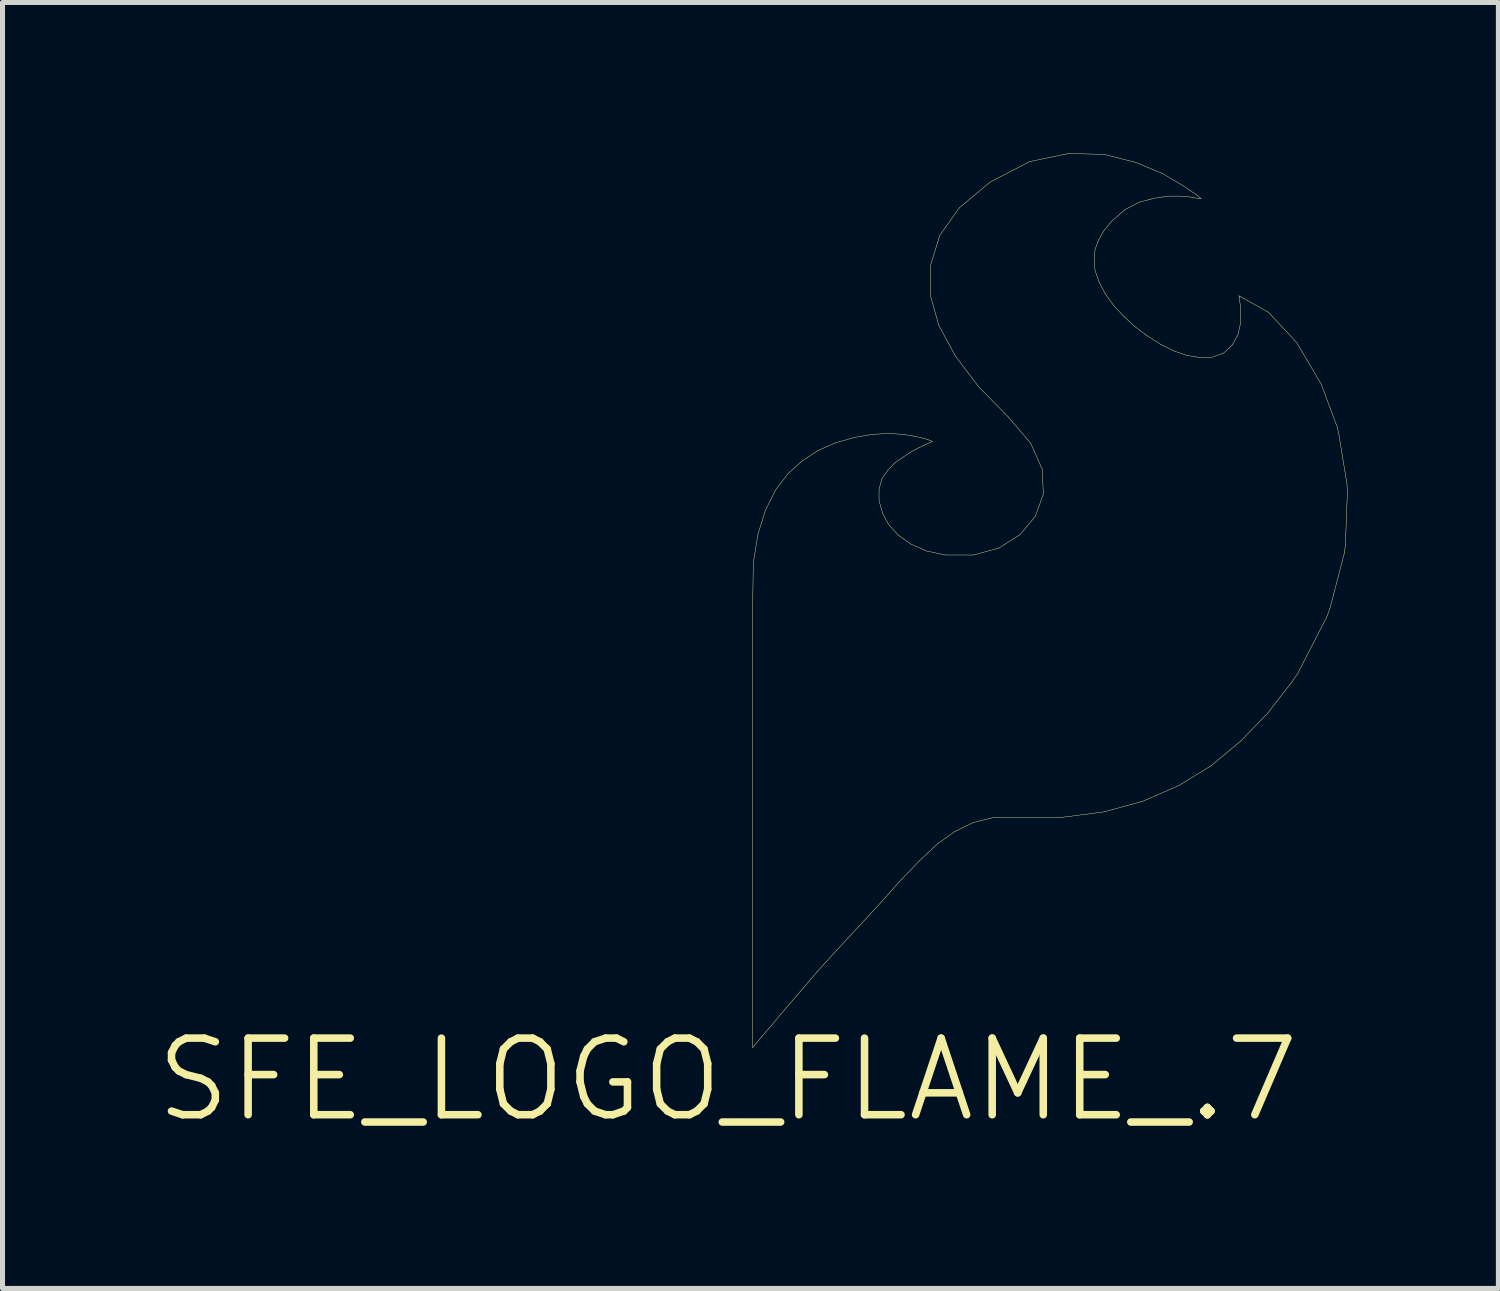
<source format=kicad_pcb>
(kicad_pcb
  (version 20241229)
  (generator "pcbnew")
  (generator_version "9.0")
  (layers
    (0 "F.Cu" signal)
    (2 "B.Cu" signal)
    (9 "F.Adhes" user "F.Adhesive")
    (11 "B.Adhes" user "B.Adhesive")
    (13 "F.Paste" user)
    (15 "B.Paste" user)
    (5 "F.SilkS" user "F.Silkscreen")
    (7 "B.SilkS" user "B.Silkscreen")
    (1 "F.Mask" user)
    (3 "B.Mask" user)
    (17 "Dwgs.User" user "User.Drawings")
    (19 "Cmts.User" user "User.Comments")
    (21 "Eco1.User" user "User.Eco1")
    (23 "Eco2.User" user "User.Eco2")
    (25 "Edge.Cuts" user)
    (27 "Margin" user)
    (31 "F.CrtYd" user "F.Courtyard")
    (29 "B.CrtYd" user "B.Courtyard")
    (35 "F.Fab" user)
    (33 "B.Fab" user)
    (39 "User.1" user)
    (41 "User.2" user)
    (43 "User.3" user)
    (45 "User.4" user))
  (footprint "SFE_LOGO_FLAME_.7"
    (layer "F.Cu")
    (at 11.43 18.432)
    (property "Reference" "SFE_LOGO_FLAME_.7" (at 0 0 0) (layer "F.SilkS") (effects (font (size 1.524 1.524) (thickness 0.15))))
    (attr exclude_from_pos_files exclude_from_bom)
    (fp_line (start 0.498 -9.609) (end 0.498 -0.638) (stroke (width 0.008) (type solid)) (layer "F.SilkS"))
    (fp_line (start 0.498 -0.638) (end 0.538 -0.688) (stroke (width 0.008) (type solid)) (layer "F.SilkS"))
    (fp_line (start 0.508 -10.279) (end 0.498 -9.609) (stroke (width 0.008) (type solid)) (layer "F.SilkS"))
    (fp_line (start 0.538 -0.688) (end 0.668 -0.848) (stroke (width 0.008) (type solid)) (layer "F.SilkS"))
    (fp_line (start 0.599 -10.848) (end 0.508 -10.279) (stroke (width 0.008) (type solid)) (layer "F.SilkS"))
    (fp_line (start 0.668 -0.848) (end 0.869 -1.079) (stroke (width 0.008) (type solid)) (layer "F.SilkS"))
    (fp_line (start 0.749 -11.328) (end 0.599 -10.848) (stroke (width 0.008) (type solid)) (layer "F.SilkS"))
    (fp_line (start 0.869 -1.079) (end 1.128 -1.389) (stroke (width 0.008) (type solid)) (layer "F.SilkS"))
    (fp_line (start 0.95 -11.73) (end 0.749 -11.328) (stroke (width 0.008) (type solid)) (layer "F.SilkS"))
    (fp_line (start 1.128 -1.389) (end 1.438 -1.748) (stroke (width 0.008) (type solid)) (layer "F.SilkS"))
    (fp_line (start 1.199 -12.06) (end 0.95 -11.73) (stroke (width 0.008) (type solid)) (layer "F.SilkS"))
    (fp_line (start 1.438 -1.748) (end 1.788 -2.159) (stroke (width 0.008) (type solid)) (layer "F.SilkS"))
    (fp_line (start 1.478 -12.309) (end 1.199 -12.06) (stroke (width 0.008) (type solid)) (layer "F.SilkS"))
    (fp_line (start 1.788 -2.159) (end 2.179 -2.588) (stroke (width 0.008) (type solid)) (layer "F.SilkS"))
    (fp_line (start 1.798 -12.52) (end 1.478 -12.309) (stroke (width 0.008) (type solid)) (layer "F.SilkS"))
    (fp_line (start 2.139 -12.67) (end 1.798 -12.52) (stroke (width 0.008) (type solid)) (layer "F.SilkS"))
    (fp_line (start 2.179 -2.588) (end 2.598 -3.038) (stroke (width 0.008) (type solid)) (layer "F.SilkS"))
    (fp_line (start 2.52 -12.779) (end 2.139 -12.67) (stroke (width 0.008) (type solid)) (layer "F.SilkS"))
    (fp_line (start 2.598 -3.038) (end 3.048 -3.528) (stroke (width 0.008) (type solid)) (layer "F.SilkS"))
    (fp_line (start 2.878 -12.84) (end 2.52 -12.779) (stroke (width 0.008) (type solid)) (layer "F.SilkS"))
    (fp_line (start 3.01 -11.748) (end 3.068 -11.958) (stroke (width 0.008) (type solid)) (layer "F.SilkS"))
    (fp_line (start 3.01 -11.519) (end 3.01 -11.748) (stroke (width 0.008) (type solid)) (layer "F.SilkS"))
    (fp_line (start 3.048 -3.528) (end 3.449 -3.978) (stroke (width 0.008) (type solid)) (layer "F.SilkS"))
    (fp_line (start 3.068 -11.958) (end 3.178 -12.118) (stroke (width 0.008) (type solid)) (layer "F.SilkS"))
    (fp_line (start 3.078 -11.278) (end 3.01 -11.519) (stroke (width 0.008) (type solid)) (layer "F.SilkS"))
    (fp_line (start 3.178 -12.118) (end 3.32 -12.268) (stroke (width 0.008) (type solid)) (layer "F.SilkS"))
    (fp_line (start 3.198 -11.049) (end 3.078 -11.278) (stroke (width 0.008) (type solid)) (layer "F.SilkS"))
    (fp_line (start 3.208 -12.857) (end 2.878 -12.84) (stroke (width 0.008) (type solid)) (layer "F.SilkS"))
    (fp_line (start 3.32 -12.268) (end 3.49 -12.388) (stroke (width 0.008) (type solid)) (layer "F.SilkS"))
    (fp_line (start 3.388 -10.838) (end 3.198 -11.049) (stroke (width 0.008) (type solid)) (layer "F.SilkS"))
    (fp_line (start 3.449 -3.978) (end 3.818 -4.359) (stroke (width 0.008) (type solid)) (layer "F.SilkS"))
    (fp_line (start 3.49 -12.84) (end 3.208 -12.857) (stroke (width 0.008) (type solid)) (layer "F.SilkS"))
    (fp_line (start 3.49 -12.388) (end 3.658 -12.499) (stroke (width 0.008) (type solid)) (layer "F.SilkS"))
    (fp_line (start 3.64 -10.658) (end 3.388 -10.838) (stroke (width 0.008) (type solid)) (layer "F.SilkS"))
    (fp_line (start 3.658 -12.499) (end 3.81 -12.578) (stroke (width 0.008) (type solid)) (layer "F.SilkS"))
    (fp_line (start 3.729 -12.799) (end 3.49 -12.84) (stroke (width 0.008) (type solid)) (layer "F.SilkS"))
    (fp_line (start 3.81 -12.578) (end 3.94 -12.639) (stroke (width 0.008) (type solid)) (layer "F.SilkS"))
    (fp_line (start 3.818 -4.359) (end 4.168 -4.689) (stroke (width 0.008) (type solid)) (layer "F.SilkS"))
    (fp_line (start 3.909 -12.758) (end 3.729 -12.799) (stroke (width 0.008) (type solid)) (layer "F.SilkS"))
    (fp_line (start 3.94 -12.639) (end 4.028 -12.68) (stroke (width 0.008) (type solid)) (layer "F.SilkS"))
    (fp_line (start 3.96 -10.518) (end 3.64 -10.658) (stroke (width 0.008) (type solid)) (layer "F.SilkS"))
    (fp_line (start 4.028 -15.618) (end 4.199 -15.009) (stroke (width 0.008) (type solid)) (layer "F.SilkS"))
    (fp_line (start 4.028 -12.718) (end 3.909 -12.758) (stroke (width 0.008) (type solid)) (layer "F.SilkS"))
    (fp_line (start 4.028 -12.68) (end 4.069 -12.7) (stroke (width 0.008) (type solid)) (layer "F.SilkS"))
    (fp_line (start 4.039 -16.218) (end 4.028 -15.618) (stroke (width 0.008) (type solid)) (layer "F.SilkS"))
    (fp_line (start 4.069 -12.7) (end 4.028 -12.718) (stroke (width 0.008) (type solid)) (layer "F.SilkS"))
    (fp_line (start 4.168 -4.689) (end 4.519 -4.938) (stroke (width 0.008) (type solid)) (layer "F.SilkS"))
    (fp_line (start 4.199 -15.009) (end 4.529 -14.399) (stroke (width 0.008) (type solid)) (layer "F.SilkS"))
    (fp_line (start 4.219 -16.8) (end 4.039 -16.218) (stroke (width 0.008) (type solid)) (layer "F.SilkS"))
    (fp_line (start 4.328 -10.439) (end 3.96 -10.518) (stroke (width 0.008) (type solid)) (layer "F.SilkS"))
    (fp_line (start 4.519 -4.938) (end 4.889 -5.118) (stroke (width 0.008) (type solid)) (layer "F.SilkS"))
    (fp_line (start 4.529 -14.399) (end 4.989 -13.79) (stroke (width 0.008) (type solid)) (layer "F.SilkS"))
    (fp_line (start 4.608 -17.348) (end 4.219 -16.8) (stroke (width 0.008) (type solid)) (layer "F.SilkS"))
    (fp_line (start 4.889 -10.439) (end 4.328 -10.439) (stroke (width 0.008) (type solid)) (layer "F.SilkS"))
    (fp_line (start 4.889 -5.118) (end 5.298 -5.22) (stroke (width 0.008) (type solid)) (layer "F.SilkS"))
    (fp_line (start 4.989 -13.79) (end 5.578 -13.188) (stroke (width 0.008) (type solid)) (layer "F.SilkS"))
    (fp_line (start 5.22 -17.859) (end 4.608 -17.348) (stroke (width 0.008) (type solid)) (layer "F.SilkS"))
    (fp_line (start 5.298 -5.22) (end 6.65 -5.22) (stroke (width 0.008) (type solid)) (layer "F.SilkS"))
    (fp_line (start 5.397 -10.579) (end 4.889 -10.439) (stroke (width 0.008) (type solid)) (layer "F.SilkS"))
    (fp_line (start 5.578 -13.188) (end 6.03 -12.659) (stroke (width 0.008) (type solid)) (layer "F.SilkS"))
    (fp_line (start 5.819 -10.848) (end 5.397 -10.579) (stroke (width 0.008) (type solid)) (layer "F.SilkS"))
    (fp_line (start 6.01 -18.268) (end 5.22 -17.859) (stroke (width 0.008) (type solid)) (layer "F.SilkS"))
    (fp_line (start 6.03 -12.659) (end 6.259 -12.139) (stroke (width 0.008) (type solid)) (layer "F.SilkS"))
    (fp_line (start 6.119 -11.209) (end 5.819 -10.848) (stroke (width 0.008) (type solid)) (layer "F.SilkS"))
    (fp_line (start 6.259 -12.139) (end 6.279 -11.648) (stroke (width 0.008) (type solid)) (layer "F.SilkS"))
    (fp_line (start 6.279 -11.648) (end 6.119 -11.209) (stroke (width 0.008) (type solid)) (layer "F.SilkS"))
    (fp_line (start 6.65 -5.22) (end 7.488 -5.329) (stroke (width 0.008) (type solid)) (layer "F.SilkS"))
    (fp_line (start 6.779 -18.428) (end 6.01 -18.268) (stroke (width 0.008) (type solid)) (layer "F.SilkS"))
    (fp_line (start 7.29 -16.309) (end 7.308 -16.518) (stroke (width 0.008) (type solid)) (layer "F.SilkS"))
    (fp_line (start 7.308 -16.518) (end 7.379 -16.708) (stroke (width 0.008) (type solid)) (layer "F.SilkS"))
    (fp_line (start 7.308 -16.099) (end 7.29 -16.309) (stroke (width 0.008) (type solid)) (layer "F.SilkS"))
    (fp_line (start 7.379 -16.708) (end 7.488 -16.899) (stroke (width 0.008) (type solid)) (layer "F.SilkS"))
    (fp_line (start 7.389 -15.87) (end 7.308 -16.099) (stroke (width 0.008) (type solid)) (layer "F.SilkS"))
    (fp_line (start 7.488 -18.41) (end 6.779 -18.428) (stroke (width 0.008) (type solid)) (layer "F.SilkS"))
    (fp_line (start 7.488 -16.899) (end 7.638 -17.079) (stroke (width 0.008) (type solid)) (layer "F.SilkS"))
    (fp_line (start 7.488 -5.329) (end 8.258 -5.54) (stroke (width 0.008) (type solid)) (layer "F.SilkS"))
    (fp_line (start 7.508 -15.639) (end 7.389 -15.87) (stroke (width 0.008) (type solid)) (layer "F.SilkS"))
    (fp_line (start 7.638 -17.079) (end 7.899 -17.308) (stroke (width 0.008) (type solid)) (layer "F.SilkS"))
    (fp_line (start 7.689 -15.39) (end 7.508 -15.639) (stroke (width 0.008) (type solid)) (layer "F.SilkS"))
    (fp_line (start 7.889 -15.179) (end 7.689 -15.39) (stroke (width 0.008) (type solid)) (layer "F.SilkS"))
    (fp_line (start 7.899 -17.308) (end 8.189 -17.46) (stroke (width 0.008) (type solid)) (layer "F.SilkS"))
    (fp_line (start 8.108 -14.978) (end 7.889 -15.179) (stroke (width 0.008) (type solid)) (layer "F.SilkS"))
    (fp_line (start 8.118 -18.25) (end 7.488 -18.41) (stroke (width 0.008) (type solid)) (layer "F.SilkS"))
    (fp_line (start 8.189 -17.46) (end 8.489 -17.539) (stroke (width 0.008) (type solid)) (layer "F.SilkS"))
    (fp_line (start 8.258 -5.54) (end 8.969 -5.85) (stroke (width 0.008) (type solid)) (layer "F.SilkS"))
    (fp_line (start 8.349 -14.798) (end 8.108 -14.978) (stroke (width 0.008) (type solid)) (layer "F.SilkS"))
    (fp_line (start 8.489 -17.539) (end 8.768 -17.579) (stroke (width 0.008) (type solid)) (layer "F.SilkS"))
    (fp_line (start 8.618 -14.628) (end 8.349 -14.798) (stroke (width 0.008) (type solid)) (layer "F.SilkS"))
    (fp_line (start 8.649 -18.029) (end 8.118 -18.25) (stroke (width 0.008) (type solid)) (layer "F.SilkS"))
    (fp_line (start 8.768 -17.579) (end 9.03 -17.579) (stroke (width 0.008) (type solid)) (layer "F.SilkS"))
    (fp_line (start 8.88 -14.498) (end 8.618 -14.628) (stroke (width 0.008) (type solid)) (layer "F.SilkS"))
    (fp_line (start 8.969 -5.85) (end 9.619 -6.248) (stroke (width 0.008) (type solid)) (layer "F.SilkS"))
    (fp_line (start 9.03 -17.579) (end 9.228 -17.559) (stroke (width 0.008) (type solid)) (layer "F.SilkS"))
    (fp_line (start 9.058 -17.788) (end 8.649 -18.029) (stroke (width 0.008) (type solid)) (layer "F.SilkS"))
    (fp_line (start 9.139 -14.409) (end 8.88 -14.498) (stroke (width 0.008) (type solid)) (layer "F.SilkS"))
    (fp_line (start 9.228 -17.559) (end 9.368 -17.529) (stroke (width 0.008) (type solid)) (layer "F.SilkS"))
    (fp_line (start 9.319 -17.61) (end 9.058 -17.788) (stroke (width 0.008) (type solid)) (layer "F.SilkS"))
    (fp_line (start 9.368 -17.529) (end 9.418 -17.529) (stroke (width 0.008) (type solid)) (layer "F.SilkS"))
    (fp_line (start 9.388 -14.369) (end 9.139 -14.409) (stroke (width 0.008) (type solid)) (layer "F.SilkS"))
    (fp_line (start 9.418 -17.529) (end 9.319 -17.61) (stroke (width 0.008) (type solid)) (layer "F.SilkS"))
    (fp_line (start 9.619 -14.369) (end 9.388 -14.369) (stroke (width 0.008) (type solid)) (layer "F.SilkS"))
    (fp_line (start 9.619 -6.248) (end 10.208 -6.739) (stroke (width 0.008) (type solid)) (layer "F.SilkS"))
    (fp_line (start 9.868 -14.458) (end 9.619 -14.369) (stroke (width 0.008) (type solid)) (layer "F.SilkS"))
    (fp_line (start 10.038 -14.618) (end 9.868 -14.458) (stroke (width 0.008) (type solid)) (layer "F.SilkS"))
    (fp_line (start 10.15 -14.818) (end 10.038 -14.618) (stroke (width 0.008) (type solid)) (layer "F.SilkS"))
    (fp_line (start 10.168 -15.598) (end 10.178 -15.578) (stroke (width 0.008) (type solid)) (layer "F.SilkS"))
    (fp_line (start 10.178 -15.578) (end 10.178 -15.54) (stroke (width 0.008) (type solid)) (layer "F.SilkS"))
    (fp_line (start 10.178 -15.54) (end 10.198 -15.408) (stroke (width 0.008) (type solid)) (layer "F.SilkS"))
    (fp_line (start 10.198 -15.408) (end 10.208 -15.24) (stroke (width 0.008) (type solid)) (layer "F.SilkS"))
    (fp_line (start 10.198 -15.029) (end 10.15 -14.818) (stroke (width 0.008) (type solid)) (layer "F.SilkS"))
    (fp_line (start 10.208 -15.24) (end 10.198 -15.029) (stroke (width 0.008) (type solid)) (layer "F.SilkS"))
    (fp_line (start 10.208 -6.739) (end 10.749 -7.3) (stroke (width 0.008) (type solid)) (layer "F.SilkS"))
    (fp_line (start 10.749 -7.3) (end 11.229 -7.92) (stroke (width 0.008) (type solid)) (layer "F.SilkS"))
    (fp_line (start 10.759 -15.268) (end 10.168 -15.598) (stroke (width 0.008) (type solid)) (layer "F.SilkS"))
    (fp_line (start 11.229 -7.92) (end 11.339 -8.08) (stroke (width 0.008) (type solid)) (layer "F.SilkS"))
    (fp_line (start 11.318 -14.668) (end 10.759 -15.268) (stroke (width 0.008) (type solid)) (layer "F.SilkS"))
    (fp_line (start 11.339 -8.08) (end 11.918 -9.207) (stroke (width 0.008) (type solid)) (layer "F.SilkS"))
    (fp_line (start 11.808 -13.838) (end 11.318 -14.668) (stroke (width 0.008) (type solid)) (layer "F.SilkS"))
    (fp_line (start 11.918 -9.207) (end 11.979 -9.368) (stroke (width 0.008) (type solid)) (layer "F.SilkS"))
    (fp_line (start 11.979 -9.368) (end 12.268 -10.477) (stroke (width 0.008) (type solid)) (layer "F.SilkS"))
    (fp_line (start 12.129 -12.979) (end 11.808 -13.838) (stroke (width 0.008) (type solid)) (layer "F.SilkS"))
    (fp_line (start 12.159 -12.84) (end 12.129 -12.979) (stroke (width 0.008) (type solid)) (layer "F.SilkS"))
    (fp_line (start 12.268 -10.477) (end 12.289 -10.638) (stroke (width 0.008) (type solid)) (layer "F.SilkS"))
    (fp_line (start 12.289 -10.638) (end 12.329 -11.709) (stroke (width 0.008) (type solid)) (layer "F.SilkS"))
    (fp_line (start 12.319 -11.859) (end 12.159 -12.84) (stroke (width 0.008) (type solid)) (layer "F.SilkS"))
    (fp_line (start 12.329 -11.709) (end 12.319 -11.859) (stroke (width 0.008) (type solid)) (layer "F.SilkS")))
  (gr_rect
    (start -3 -3)
    (end 26.763 22.586)
    (stroke (width 0.1) (type default))
    (fill no)
    (layer "Edge.Cuts")))
</source>
